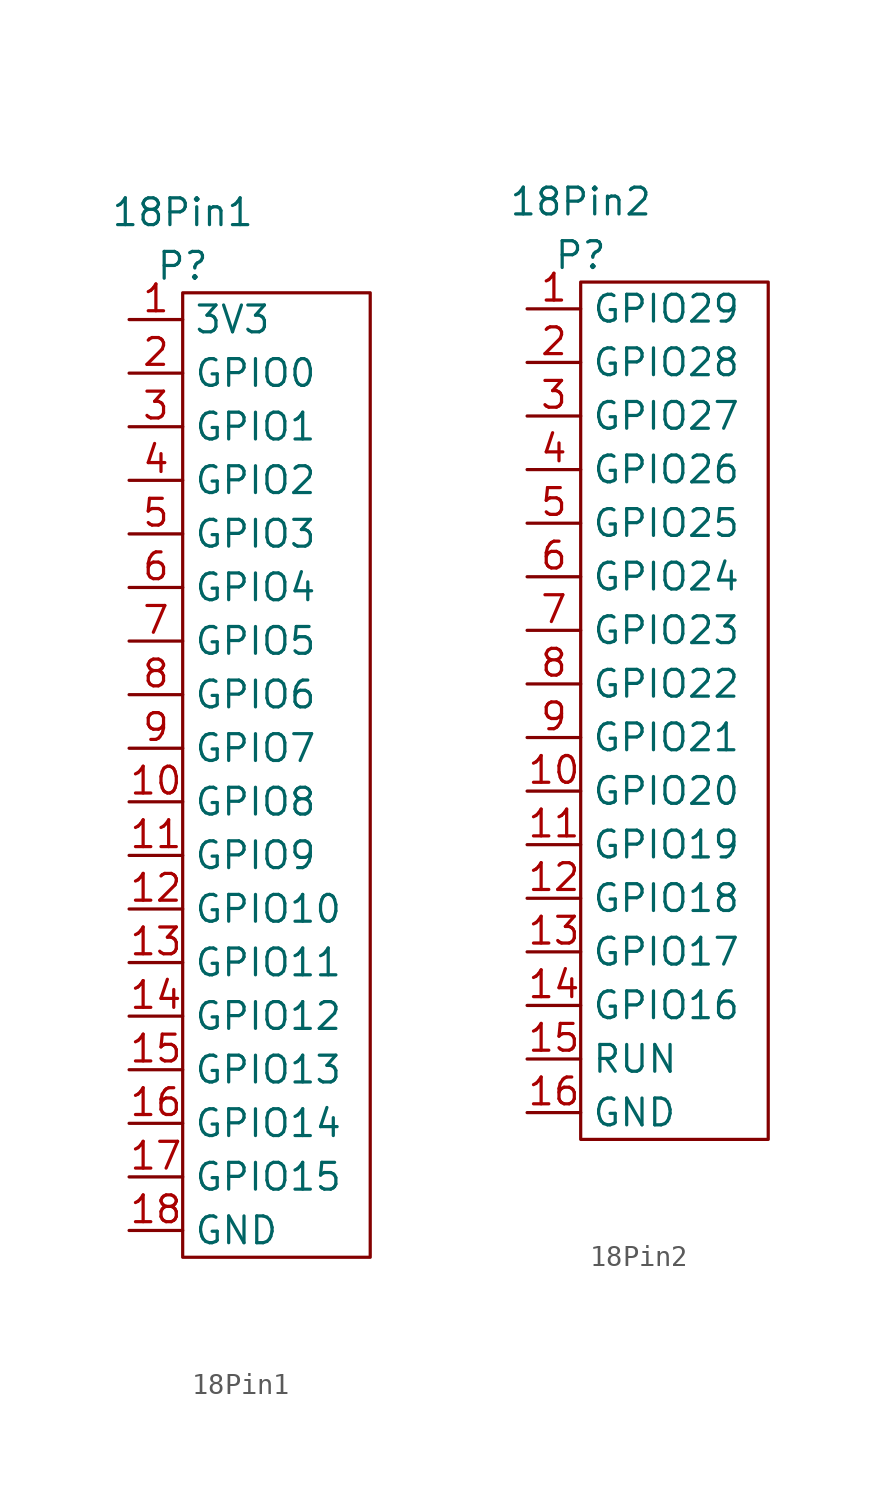
<source format=kicad_sym>
(kicad_symbol_lib
  (version 20211014)
  (generator kicad_symbol_editor)
  (symbol "18Pin1"
    (property "Reference" "P"
      (at -3.81 2.54 0)
      (effects (font (size 1.27 1.27))))
    (property "Value" "18Pin1"
      (at -3.81 5.08 0)
      (effects (font (size 1.27 1.27))))
    (symbol "18Pin1_0_1"
      (rectangle (start -3.81 1.27) (end 5.08 -44.45) (stroke (width 0.152) (type default) (color 0 0 0 0)) (fill (type none))))
    (symbol "18Pin1_1_1"
      (pin output line (at -6.35 0 0) (length 2.54) (name "3V3" (effects (font (size 1.27 1.27)))) (number "1" (effects (font (size 1.27 1.27)))))
      (pin bidirectional line (at -6.35 -22.86 0) (length 2.54) (name "GPIO8" (effects (font (size 1.27 1.27)))) (number "10" (effects (font (size 1.27 1.27)))))
      (pin bidirectional line (at -6.35 -25.4 0) (length 2.54) (name "GPIO9" (effects (font (size 1.27 1.27)))) (number "11" (effects (font (size 1.27 1.27)))))
      (pin bidirectional line (at -6.35 -27.94 0) (length 2.54) (name "GPIO10" (effects (font (size 1.27 1.27)))) (number "12" (effects (font (size 1.27 1.27)))))
      (pin bidirectional line (at -6.35 -30.48 0) (length 2.54) (name "GPIO11" (effects (font (size 1.27 1.27)))) (number "13" (effects (font (size 1.27 1.27)))))
      (pin bidirectional line (at -6.35 -33.02 0) (length 2.54) (name "GPIO12" (effects (font (size 1.27 1.27)))) (number "14" (effects (font (size 1.27 1.27)))))
      (pin bidirectional line (at -6.35 -35.56 0) (length 2.54) (name "GPIO13" (effects (font (size 1.27 1.27)))) (number "15" (effects (font (size 1.27 1.27)))))
      (pin bidirectional line (at -6.35 -38.1 0) (length 2.54) (name "GPIO14" (effects (font (size 1.27 1.27)))) (number "16" (effects (font (size 1.27 1.27)))))
      (pin bidirectional line (at -6.35 -40.64 0) (length 2.54) (name "GPIO15" (effects (font (size 1.27 1.27)))) (number "17" (effects (font (size 1.27 1.27)))))
      (pin bidirectional line (at -6.35 -43.18 0) (length 2.54) (name "GND" (effects (font (size 1.27 1.27)))) (number "18" (effects (font (size 1.27 1.27)))))
      (pin bidirectional line (at -6.35 -2.54 0) (length 2.54) (name "GPIO0" (effects (font (size 1.27 1.27)))) (number "2" (effects (font (size 1.27 1.27)))))
      (pin bidirectional line (at -6.35 -5.08 0) (length 2.54) (name "GPIO1" (effects (font (size 1.27 1.27)))) (number "3" (effects (font (size 1.27 1.27)))))
      (pin bidirectional line (at -6.35 -7.62 0) (length 2.54) (name "GPIO2" (effects (font (size 1.27 1.27)))) (number "4" (effects (font (size 1.27 1.27)))))
      (pin bidirectional line (at -6.35 -10.16 0) (length 2.54) (name "GPIO3" (effects (font (size 1.27 1.27)))) (number "5" (effects (font (size 1.27 1.27)))))
      (pin bidirectional line (at -6.35 -12.7 0) (length 2.54) (name "GPIO4" (effects (font (size 1.27 1.27)))) (number "6" (effects (font (size 1.27 1.27)))))
      (pin bidirectional line (at -6.35 -15.24 0) (length 2.54) (name "GPIO5" (effects (font (size 1.27 1.27)))) (number "7" (effects (font (size 1.27 1.27)))))
      (pin bidirectional line (at -6.35 -17.78 0) (length 2.54) (name "GPIO6" (effects (font (size 1.27 1.27)))) (number "8" (effects (font (size 1.27 1.27)))))
      (pin bidirectional line (at -6.35 -20.32 0) (length 2.54) (name "GPIO7" (effects (font (size 1.27 1.27)))) (number "9" (effects (font (size 1.27 1.27)))))))
  (symbol "18Pin2"
    (property "Reference" "P"
      (at -3.81 2.54 0)
      (effects (font (size 1.27 1.27))))
    (property "Value" "18Pin2"
      (at -3.81 5.08 0)
      (effects (font (size 1.27 1.27))))
    (symbol "18Pin2_0_1"
      (rectangle (start -3.81 1.27) (end 5.08 -39.37) (stroke (width 0.152) (type default) (color 0 0 0 0)) (fill (type none))))
    (symbol "18Pin2_1_1"
      (pin output line (at -6.35 0 0) (length 2.54) (name "GPIO29" (effects (font (size 1.27 1.27)))) (number "1" (effects (font (size 1.27 1.27)))))
      (pin bidirectional line (at -6.35 -22.86 0) (length 2.54) (name "GPIO20" (effects (font (size 1.27 1.27)))) (number "10" (effects (font (size 1.27 1.27)))))
      (pin bidirectional line (at -6.35 -25.4 0) (length 2.54) (name "GPIO19" (effects (font (size 1.27 1.27)))) (number "11" (effects (font (size 1.27 1.27)))))
      (pin bidirectional line (at -6.35 -27.94 0) (length 2.54) (name "GPIO18" (effects (font (size 1.27 1.27)))) (number "12" (effects (font (size 1.27 1.27)))))
      (pin bidirectional line (at -6.35 -30.48 0) (length 2.54) (name "GPIO17" (effects (font (size 1.27 1.27)))) (number "13" (effects (font (size 1.27 1.27)))))
      (pin bidirectional line (at -6.35 -33.02 0) (length 2.54) (name "GPIO16" (effects (font (size 1.27 1.27)))) (number "14" (effects (font (size 1.27 1.27)))))
      (pin bidirectional line (at -6.35 -35.56 0) (length 2.54) (name "RUN" (effects (font (size 1.27 1.27)))) (number "15" (effects (font (size 1.27 1.27)))))
      (pin bidirectional line (at -6.35 -38.1 0) (length 2.54) (name "GND" (effects (font (size 1.27 1.27)))) (number "16" (effects (font (size 1.27 1.27)))))
      (pin bidirectional line (at -6.35 -2.54 0) (length 2.54) (name "GPIO28" (effects (font (size 1.27 1.27)))) (number "2" (effects (font (size 1.27 1.27)))))
      (pin bidirectional line (at -6.35 -5.08 0) (length 2.54) (name "GPIO27" (effects (font (size 1.27 1.27)))) (number "3" (effects (font (size 1.27 1.27)))))
      (pin bidirectional line (at -6.35 -7.62 0) (length 2.54) (name "GPIO26" (effects (font (size 1.27 1.27)))) (number "4" (effects (font (size 1.27 1.27)))))
      (pin bidirectional line (at -6.35 -10.16 0) (length 2.54) (name "GPIO25" (effects (font (size 1.27 1.27)))) (number "5" (effects (font (size 1.27 1.27)))))
      (pin bidirectional line (at -6.35 -12.7 0) (length 2.54) (name "GPIO24" (effects (font (size 1.27 1.27)))) (number "6" (effects (font (size 1.27 1.27)))))
      (pin bidirectional line (at -6.35 -15.24 0) (length 2.54) (name "GPIO23" (effects (font (size 1.27 1.27)))) (number "7" (effects (font (size 1.27 1.27)))))
      (pin bidirectional line (at -6.35 -17.78 0) (length 2.54) (name "GPIO22" (effects (font (size 1.27 1.27)))) (number "8" (effects (font (size 1.27 1.27)))))
      (pin bidirectional line (at -6.35 -20.32 0) (length 2.54) (name "GPIO21" (effects (font (size 1.27 1.27)))) (number "9" (effects (font (size 1.27 1.27))))))))
</source>
